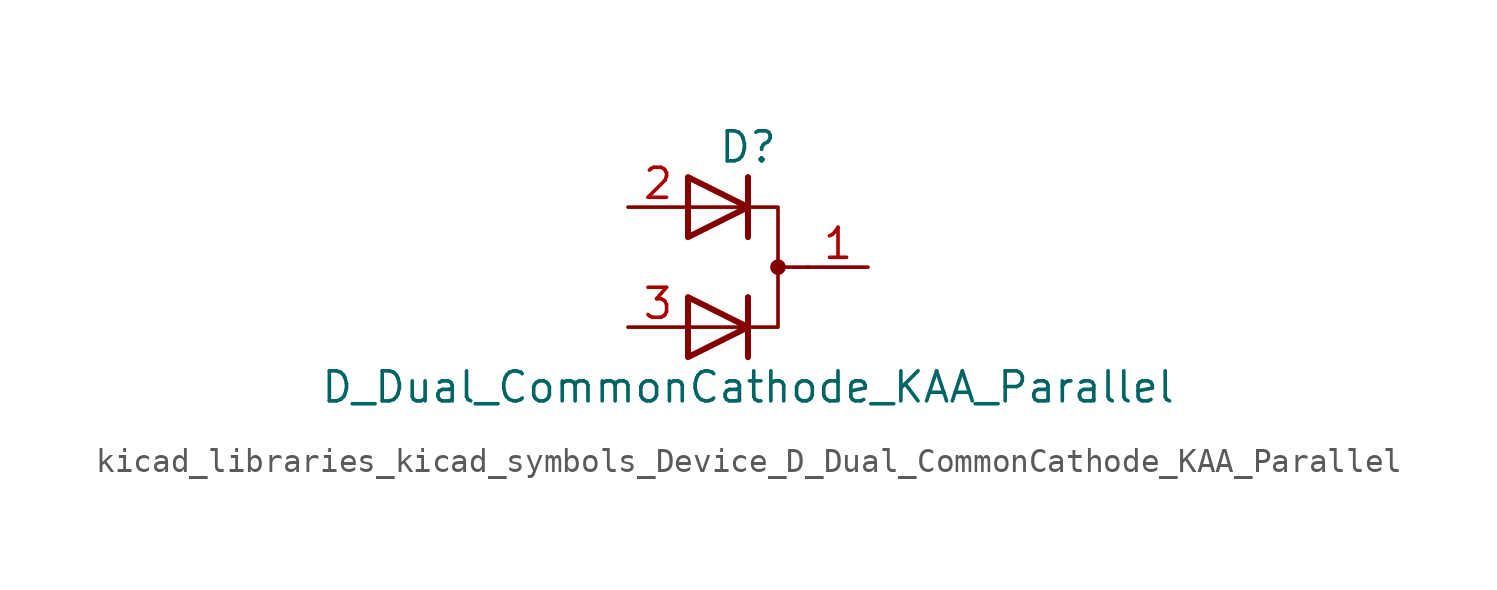
<source format=kicad_sym>
(kicad_symbol_lib
  (version 20220914)
  (generator kicad_symbol_editor)
  (symbol "kicad_libraries_kicad_symbols_Device_D_Dual_CommonCathode_KAA_Parallel"
    (pin_names
      (offset 0.762) hide)
    (property "Reference" "D"
      (at 0 5.08 0)
      (effects (font (size 1.27 1.27))))
    (property "Value" "D_Dual_CommonCathode_KAA_Parallel"
      (at 0 -5.08 0)
      (effects (font (size 1.27 1.27))))
    (symbol "kicad_libraries_kicad_symbols_Device_D_Dual_CommonCathode_KAA_Parallel_0_0"
      (polyline (pts (xy 0 -1.27) (xy 0 -3.81)) (stroke (width 0.254) (type default)) (fill (type none)))
      (polyline (pts (xy 0 3.81) (xy 0 1.27)) (stroke (width 0.254) (type default)) (fill (type none))))
    (symbol "kicad_libraries_kicad_symbols_Device_D_Dual_CommonCathode_KAA_Parallel_0_1"
      (polyline (pts (xy 1.27 0) (xy 2.54 0)) (stroke (width 0) (type default)) (fill (type none)))
      (polyline (pts (xy -2.54 -2.54) (xy 1.27 -2.54) (xy 1.27 2.54) (xy -2.54 2.54)) (stroke (width 0) (type default)) (fill (type none)))
      (polyline (pts (xy -2.54 -1.27) (xy 0 -2.54) (xy -2.54 -3.81) (xy -2.54 -1.27) (xy -2.54 -1.27) (xy -2.54 -1.27)) (stroke (width 0.254) (type default)) (fill (type none)))
      (polyline (pts (xy -2.54 3.81) (xy 0 2.54) (xy -2.54 1.27) (xy -2.54 3.81) (xy -2.54 3.81) (xy -2.54 3.81)) (stroke (width 0.254) (type default)) (fill (type none)))
      (circle (center 1.27 0) (radius 0.254) (stroke (width 0) (type default)) (fill (type outline)))
      (pin passive line (at 5.08 0 180) (length 2.54) (name "A" (effects (font (size 1.27 1.27)))) (number "1" (effects (font (size 1.27 1.27)))))
      (pin passive line (at -5.08 2.54 0) (length 2.54) (name "K" (effects (font (size 1.27 1.27)))) (number "2" (effects (font (size 1.27 1.27)))))
      (pin passive line (at -5.08 -2.54 0) (length 2.54) (name "K" (effects (font (size 1.27 1.27)))) (number "3" (effects (font (size 1.27 1.27))))))))
</source>
